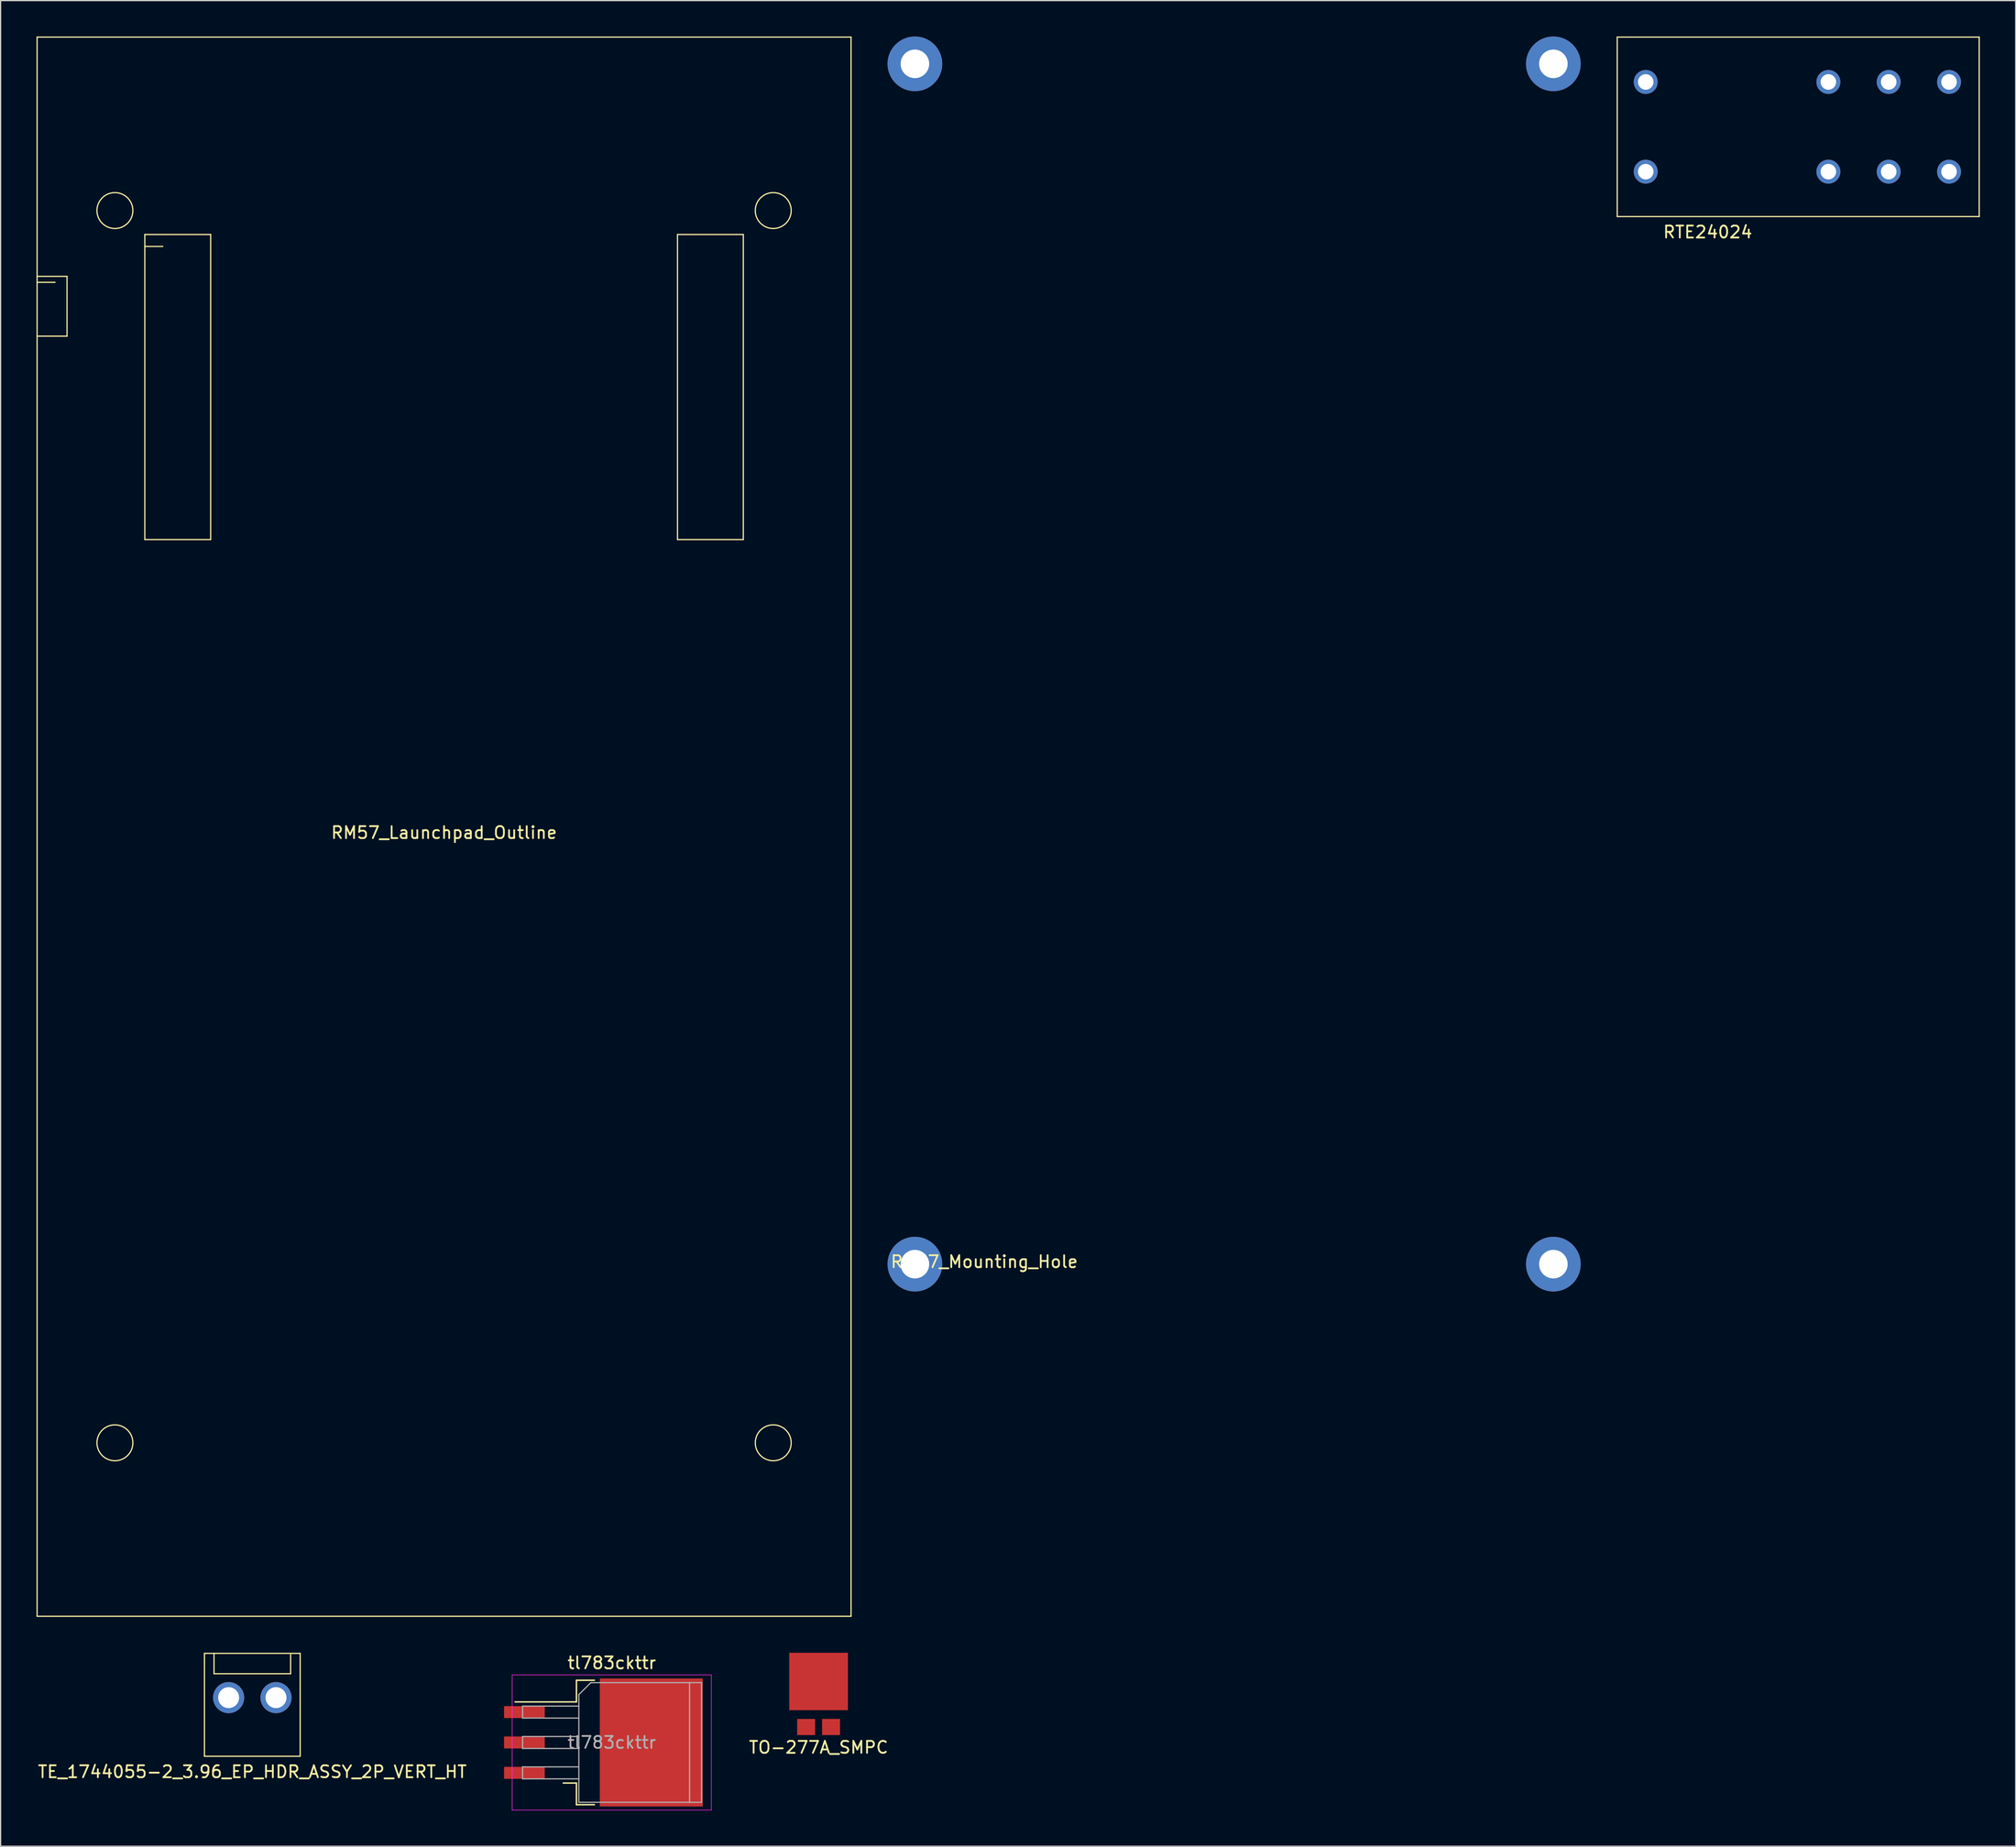
<source format=kicad_pcb>
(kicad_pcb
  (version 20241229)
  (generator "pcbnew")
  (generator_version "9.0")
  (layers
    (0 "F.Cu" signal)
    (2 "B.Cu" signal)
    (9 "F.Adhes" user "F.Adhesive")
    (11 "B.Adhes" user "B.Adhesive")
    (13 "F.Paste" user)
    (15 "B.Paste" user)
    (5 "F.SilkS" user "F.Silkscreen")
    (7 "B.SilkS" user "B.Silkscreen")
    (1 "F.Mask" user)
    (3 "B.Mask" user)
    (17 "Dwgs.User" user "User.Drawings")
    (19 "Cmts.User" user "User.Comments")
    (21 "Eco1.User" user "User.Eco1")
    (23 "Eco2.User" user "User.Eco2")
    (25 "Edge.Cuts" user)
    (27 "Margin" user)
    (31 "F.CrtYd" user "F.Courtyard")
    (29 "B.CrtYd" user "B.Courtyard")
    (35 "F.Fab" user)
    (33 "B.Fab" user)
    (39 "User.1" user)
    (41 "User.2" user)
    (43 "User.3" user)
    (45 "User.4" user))
  (footprint "RM57_Mounting_Hole"
    (layer "F.Cu")
    (at 73.386 102.616)
    (property "Reference" "RM57_Mounting_Hole" (at 5.8 -0.2 0) (layer "F.SilkS") (effects (font (size 1 1) (thickness 0.15))))
    (attr through_hole)
    (pad "1" thru_hole circle (at 0 0) (size 4.572 4.572) (drill 2.388) (layers "*.Cu" "*.Mask"))
    (pad "2" thru_hole circle (at 0 -100.33) (size 4.572 4.572) (drill 2.388) (layers "*.Cu" "*.Mask"))
    (pad "3" thru_hole circle (at 53.34 -100.33) (size 4.572 4.572) (drill 2.388) (layers "*.Cu" "*.Mask"))
    (pad "4" thru_hole circle (at 53.34 0) (size 4.572 4.572) (drill 2.388) (layers "*.Cu" "*.Mask")))
  (footprint "RM57_Launchpad_Outline"
    (layer "F.Cu")
    (at 34.05 66.05)
    (property "Reference" "RM57_Launchpad_Outline" (at 0 0.5 0) (layer "F.SilkS") (effects (font (size 1 1) (thickness 0.15))))
    (attr through_hole)
    (fp_line (start -34 -66) (end 34 -66) (stroke (width 0.1) (type solid)) (layer "F.SilkS"))
    (fp_line (start -34 -46) (end -31.5 -46) (stroke (width 0.1) (type solid)) (layer "F.SilkS"))
    (fp_line (start -34 -45.5) (end -32.5 -45.5) (stroke (width 0.1) (type solid)) (layer "F.SilkS"))
    (fp_line (start -34 66) (end -34 -66) (stroke (width 0.1) (type solid)) (layer "F.SilkS"))
    (fp_line (start -31.5 -46) (end -31.5 -41) (stroke (width 0.1) (type solid)) (layer "F.SilkS"))
    (fp_line (start -31.5 -41) (end -34 -41) (stroke (width 0.1) (type solid)) (layer "F.SilkS"))
    (fp_line (start -25 -49.5) (end -19.5 -49.5) (stroke (width 0.1) (type solid)) (layer "F.SilkS"))
    (fp_line (start -25 -24) (end -25 -49.5) (stroke (width 0.1) (type solid)) (layer "F.SilkS"))
    (fp_line (start -23.5 -48.5) (end -25 -48.5) (stroke (width 0.1) (type solid)) (layer "F.SilkS"))
    (fp_line (start -19.5 -49.5) (end -19.5 -24) (stroke (width 0.1) (type solid)) (layer "F.SilkS"))
    (fp_line (start -19.5 -24) (end -25 -24) (stroke (width 0.1) (type solid)) (layer "F.SilkS"))
    (fp_line (start 19.5 -24) (end 19.5 -49.5) (stroke (width 0.1) (type solid)) (layer "F.SilkS"))
    (fp_line (start 19.5 -24) (end 25 -24) (stroke (width 0.1) (type solid)) (layer "F.SilkS"))
    (fp_line (start 25 -49.5) (end 19.5 -49.5) (stroke (width 0.1) (type solid)) (layer "F.SilkS"))
    (fp_line (start 25 -49.5) (end 25 -24) (stroke (width 0.1) (type solid)) (layer "F.SilkS"))
    (fp_line (start 34 -66) (end 34 66) (stroke (width 0.1) (type solid)) (layer "F.SilkS"))
    (fp_line (start 34 66) (end -34 66) (stroke (width 0.1) (type solid)) (layer "F.SilkS"))
    (fp_circle (center -27.5 -51.5) (end -26 -51.5) (stroke (width 0.1) (type solid)) (fill no) (layer "F.SilkS"))
    (fp_circle (center -27.5 51.5) (end -26 51.5) (stroke (width 0.1) (type solid)) (fill no) (layer "F.SilkS"))
    (fp_circle (center 27.5 -51.5) (end 29 -51.5) (stroke (width 0.1) (type solid)) (fill no) (layer "F.SilkS"))
    (fp_circle (center 27.5 51.5) (end 29 51.5) (stroke (width 0.1) (type solid)) (fill no) (layer "F.SilkS")))
  (footprint "RTE24024"
    (layer "F.Cu")
    (at 139.622 7.55)
    (property "Reference" "RTE24024" (at 0 8.8 0) (layer "F.SilkS") (effects (font (size 1 1) (thickness 0.15))))
    (attr through_hole)
    (fp_line (start -7.56 -7.5) (end 22.68 -7.5) (stroke (width 0.1) (type solid)) (layer "F.SilkS"))
    (fp_line (start -7.56 7.5) (end -7.56 -7.5) (stroke (width 0.1) (type solid)) (layer "F.SilkS"))
    (fp_line (start 22.68 -7.5) (end 22.68 7.5) (stroke (width 0.1) (type solid)) (layer "F.SilkS"))
    (fp_line (start 22.68 7.5) (end -7.56 7.5) (stroke (width 0.1) (type solid)) (layer "F.SilkS"))
    (pad "11" thru_hole circle (at 15.12 -3.75) (size 2 2) (drill 1.3) (layers "*.Cu" "*.Mask"))
    (pad "12" thru_hole circle (at 10.08 -3.75) (size 2 2) (drill 1.3) (layers "*.Cu" "*.Mask"))
    (pad "14" thru_hole circle (at 20.16 -3.75) (size 2 2) (drill 1.3) (layers "*.Cu" "*.Mask"))
    (pad "21" thru_hole circle (at 15.12 3.75) (size 2 2) (drill 1.3) (layers "*.Cu" "*.Mask"))
    (pad "22" thru_hole circle (at 10.08 3.75) (size 2 2) (drill 1.3) (layers "*.Cu" "*.Mask"))
    (pad "24" thru_hole circle (at 20.16 3.75) (size 2 2) (drill 1.3) (layers "*.Cu" "*.Mask"))
    (pad "A1" thru_hole circle (at -5.18 -3.75) (size 2 2) (drill 1.3) (layers "*.Cu" "*.Mask"))
    (pad "A2" thru_hole circle (at -5.18 3.75) (size 2 2) (drill 1.3) (layers "*.Cu" "*.Mask")))
  (footprint "tl783ckttr"
    (layer "F.Cu")
    (at 48.06 142.598)
    (property "Reference" "tl783ckttr" (at 0 -6.65 0) (layer "F.SilkS") (effects (font (size 1 1) (thickness 0.15))))
    (attr smd)
    (fp_line (start -2.95 -5.2) (end -2.95 -3.39) (stroke (width 0.12) (type solid)) (layer "F.SilkS"))
    (fp_line (start -2.95 -3.39) (end -8.075 -3.39) (stroke (width 0.12) (type solid)) (layer "F.SilkS"))
    (fp_line (start -2.95 3.39) (end -4.05 3.39) (stroke (width 0.12) (type solid)) (layer "F.SilkS"))
    (fp_line (start -2.95 5.2) (end -2.95 3.39) (stroke (width 0.12) (type solid)) (layer "F.SilkS"))
    (fp_line (start -1.45 -5.2) (end -2.95 -5.2) (stroke (width 0.12) (type solid)) (layer "F.SilkS"))
    (fp_line (start -1.45 5.2) (end -2.95 5.2) (stroke (width 0.12) (type solid)) (layer "F.SilkS"))
    (fp_line (start -8.32 -5.65) (end -8.32 5.65) (stroke (width 0.05) (type solid)) (layer "F.CrtYd"))
    (fp_line (start -8.32 5.65) (end 8.32 5.65) (stroke (width 0.05) (type solid)) (layer "F.CrtYd"))
    (fp_line (start 8.32 -5.65) (end -8.32 -5.65) (stroke (width 0.05) (type solid)) (layer "F.CrtYd"))
    (fp_line (start 8.32 5.65) (end 8.32 -5.65) (stroke (width 0.05) (type solid)) (layer "F.CrtYd"))
    (fp_line (start -7.45 -3.04) (end -7.45 -2.04) (stroke (width 0.1) (type solid)) (layer "F.Fab"))
    (fp_line (start -7.45 -2.04) (end -2.75 -2.04) (stroke (width 0.1) (type solid)) (layer "F.Fab"))
    (fp_line (start -7.45 -0.5) (end -7.45 0.5) (stroke (width 0.1) (type solid)) (layer "F.Fab"))
    (fp_line (start -7.45 0.5) (end -2.75 0.5) (stroke (width 0.1) (type solid)) (layer "F.Fab"))
    (fp_line (start -7.45 2.04) (end -7.45 3.04) (stroke (width 0.1) (type solid)) (layer "F.Fab"))
    (fp_line (start -7.45 3.04) (end -2.75 3.04) (stroke (width 0.1) (type solid)) (layer "F.Fab"))
    (fp_line (start -2.75 -4) (end -1.75 -5) (stroke (width 0.1) (type solid)) (layer "F.Fab"))
    (fp_line (start -2.75 -3.04) (end -7.45 -3.04) (stroke (width 0.1) (type solid)) (layer "F.Fab"))
    (fp_line (start -2.75 -0.5) (end -7.45 -0.5) (stroke (width 0.1) (type solid)) (layer "F.Fab"))
    (fp_line (start -2.75 2.04) (end -7.45 2.04) (stroke (width 0.1) (type solid)) (layer "F.Fab"))
    (fp_line (start -2.75 5) (end -2.75 -4) (stroke (width 0.1) (type solid)) (layer "F.Fab"))
    (fp_line (start -1.75 -5) (end 6.5 -5) (stroke (width 0.1) (type solid)) (layer "F.Fab"))
    (fp_line (start 6.5 -5) (end 6.5 5) (stroke (width 0.1) (type solid)) (layer "F.Fab"))
    (fp_line (start 6.5 -5) (end 7.5 -5) (stroke (width 0.1) (type solid)) (layer "F.Fab"))
    (fp_line (start 6.5 5) (end -2.75 5) (stroke (width 0.1) (type solid)) (layer "F.Fab"))
    (fp_line (start 7.5 -5) (end 7.5 5) (stroke (width 0.1) (type solid)) (layer "F.Fab"))
    (fp_line (start 7.5 5) (end 6.5 5) (stroke (width 0.1) (type solid)) (layer "F.Fab"))
    (fp_text user "${REFERENCE}" (at 0 0 0) (layer "F.Fab") (effects (font (size 1 1) (thickness 0.15))))
    (pad "1" smd rect (at -7.3 -2.54) (size 3.4 1) (layers "F.Cu" "F.Mask" "F.Paste"))
    (pad "2" smd rect (at -7.3 0) (size 3.4 1) (layers "F.Cu" "F.Mask" "F.Paste"))
    (pad "3" smd rect (at -7.3 2.54) (size 3.4 1) (layers "F.Cu" "F.Mask" "F.Paste"))
    (pad "4" smd rect (at 3.3 0) (size 8.6 10.7) (layers "F.Cu" "F.Paste")))
  (footprint "TO-277A_SMPC"
    (layer "F.Cu")
    (at 65.339 139.86)
    (property "Reference" "TO-277A_SMPC" (at 0 3.15 0) (layer "F.SilkS") (effects (font (size 1 1) (thickness 0.15))))
    (attr through_hole)
    (pad "1" smd rect (at 0 -2.36) (size 4.9 4.8) (layers "F.Cu" "F.Mask" "F.Paste"))
    (pad "2" smd rect (at -1.04 1.445) (size 1.5 1.35) (layers "F.Cu" "F.Mask" "F.Paste"))
    (pad "2" smd rect (at 1.04 1.445) (size 1.5 1.35) (layers "F.Cu" "F.Mask" "F.Paste")))
  (footprint "TE_1744055-2_3.96_EP_HDR_ASSY_2P_VERT_HT"
    (layer "F.Cu")
    (at 18.03 138.85)
    (property "Reference" "TE_1744055-2_3.96_EP_HDR_ASSY_2P_VERT_HT" (at 0 6.2 0) (layer "F.SilkS") (effects (font (size 1 1) (thickness 0.15))))
    (attr through_hole)
    (fp_line (start -4 -3.7) (end -4 4.9) (stroke (width 0.1) (type solid)) (layer "F.SilkS"))
    (fp_line (start -4 -3.7) (end 4 -3.7) (stroke (width 0.1) (type solid)) (layer "F.SilkS"))
    (fp_line (start -3.2 -2) (end -3.2 -3.7) (stroke (width 0.1) (type solid)) (layer "F.SilkS"))
    (fp_line (start -3.2 -2) (end 3.2 -2) (stroke (width 0.1) (type solid)) (layer "F.SilkS"))
    (fp_line (start 3.2 -2) (end 3.2 -3.6) (stroke (width 0.1) (type solid)) (layer "F.SilkS"))
    (fp_line (start 4 4.9) (end -4 4.9) (stroke (width 0.1) (type solid)) (layer "F.SilkS"))
    (fp_line (start 4 4.9) (end 4 -3.7) (stroke (width 0.1) (type solid)) (layer "F.SilkS"))
    (pad "1" thru_hole circle (at -1.98 0) (size 2.6 2.6) (drill 1.75) (layers "*.Cu" "*.Mask"))
    (pad "2" thru_hole circle (at 1.98 0) (size 2.6 2.6) (drill 1.75) (layers "*.Cu" "*.Mask")))
  (gr_rect
    (start -3 -3)
    (end 165.352 151.273)
    (stroke (width 0.1) (type default))
    (fill no)
    (layer "Edge.Cuts")))
</source>
